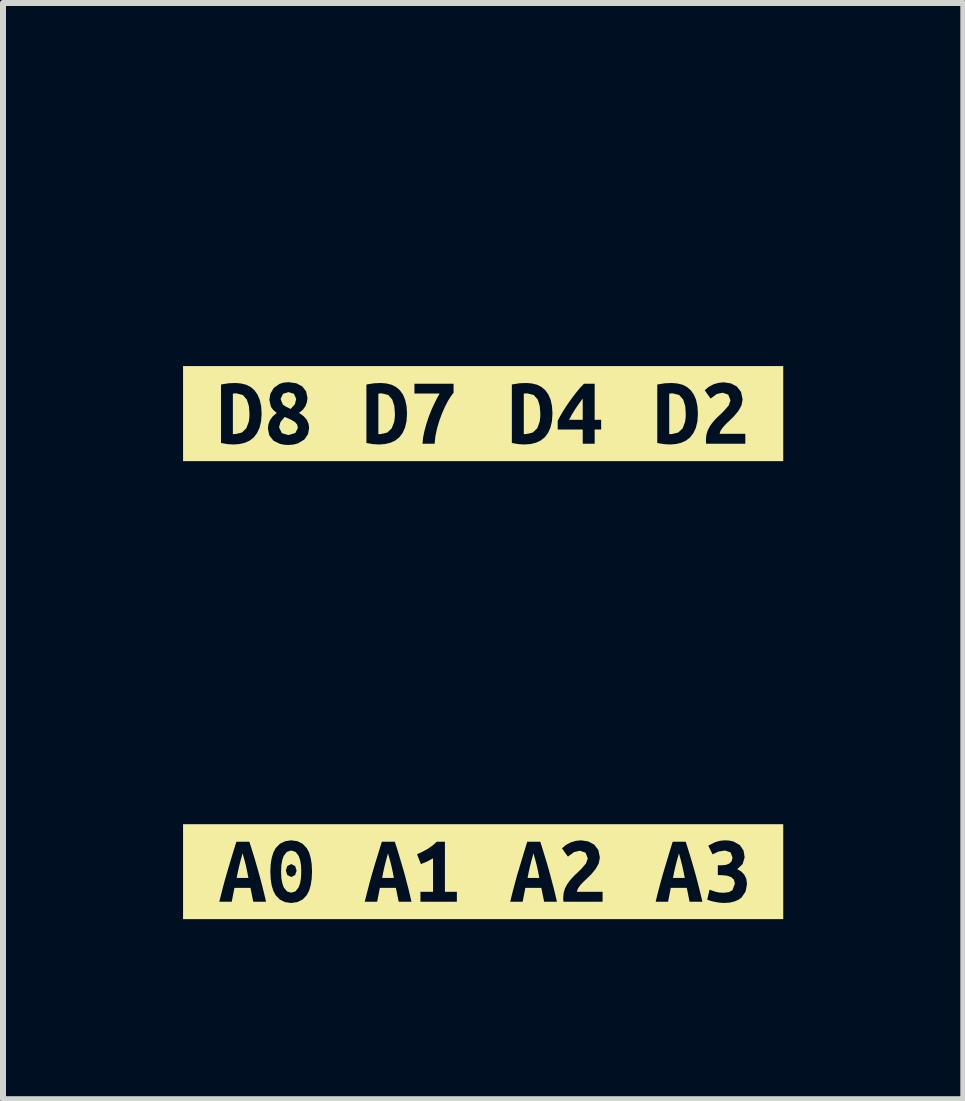
<source format=kicad_pcb>
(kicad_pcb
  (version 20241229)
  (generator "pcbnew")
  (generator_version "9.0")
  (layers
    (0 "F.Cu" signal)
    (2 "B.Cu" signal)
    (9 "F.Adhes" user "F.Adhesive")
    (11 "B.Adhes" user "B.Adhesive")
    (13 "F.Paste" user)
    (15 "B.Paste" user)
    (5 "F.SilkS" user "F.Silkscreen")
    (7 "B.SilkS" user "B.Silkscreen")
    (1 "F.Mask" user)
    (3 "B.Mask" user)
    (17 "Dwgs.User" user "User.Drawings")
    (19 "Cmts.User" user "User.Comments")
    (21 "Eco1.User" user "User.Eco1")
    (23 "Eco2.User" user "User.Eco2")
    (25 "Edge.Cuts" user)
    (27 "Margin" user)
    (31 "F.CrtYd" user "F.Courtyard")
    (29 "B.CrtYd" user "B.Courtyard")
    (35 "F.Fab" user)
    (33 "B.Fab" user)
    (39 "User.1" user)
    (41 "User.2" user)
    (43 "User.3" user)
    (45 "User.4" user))
  (footprint "kibuzzard-67A2022B"
    (layer "F.Cu")
    (at 5 3.841)
    (property "Reference" "kibuzzard-67A2022B" (at 0 -3.84 0) (layer "F.SilkS") (effects (font (size 0.001 0.001) (thickness 0.15))))
    (attr board_only exclude_from_pos_files exclude_from_bom)
    (fp_poly (pts (xy 1.659 -0.25) (xy 1.599 -0.17) (xy 1.539 -0.082) (xy 1.481 0.011) (xy 1.433 0.103) (xy 1.659 0.103) (xy 1.659 -0.25)) (stroke (width 0) (type solid)) (fill yes) (layer "F.SilkS"))
    (fp_poly (pts (xy -3.244 -0.358) (xy -3.335 -0.329) (xy -3.375 -0.243) (xy -3.338 -0.151) (xy -3.286 -0.115) (xy -3.207 -0.077) (xy -3.136 -0.158) (xy -3.115 -0.245) (xy -3.153 -0.33) (xy -3.244 -0.358)) (stroke (width 0) (type solid)) (fill yes) (layer "F.SilkS"))
    (fp_poly (pts (xy -3.087 0.24) (xy -3.099 0.183) (xy -3.138 0.139) (xy -3.207 0.099) (xy -3.307 0.056) (xy -3.376 0.139) (xy -3.401 0.227) (xy -3.355 0.325) (xy -3.246 0.358) (xy -3.13 0.323) (xy -3.087 0.24)) (stroke (width 0) (type solid)) (fill yes) (layer "F.SilkS"))
    (fp_poly (pts (xy -4.17 0.34) (xy -4.152 0.342) (xy -4.134 0.342) (xy -4.02 0.316) (xy -3.946 0.245) (xy -3.905 0.137) (xy -3.896 0.072) (xy -3.893 0.001) (xy -3.903 -0.125) (xy -3.937 -0.233) (xy -4.003 -0.309) (xy -4.111 -0.337) (xy -4.141 -0.336) (xy -4.17 -0.332) (xy -4.17 0.34)) (stroke (width 0) (type solid)) (fill yes) (layer "F.SilkS"))
    (fp_poly (pts (xy -1.746 0.34) (xy -1.729 0.342) (xy -1.711 0.342) (xy -1.597 0.316) (xy -1.523 0.245) (xy -1.482 0.137) (xy -1.473 0.072) (xy -1.47 0.001) (xy -1.48 -0.125) (xy -1.514 -0.233) (xy -1.58 -0.309) (xy -1.688 -0.337) (xy -1.717 -0.336) (xy -1.746 -0.332) (xy -1.746 0.34)) (stroke (width 0) (type solid)) (fill yes) (layer "F.SilkS"))
    (fp_poly (pts (xy 0.677 0.34) (xy 0.695 0.342) (xy 0.712 0.342) (xy 0.826 0.316) (xy 0.901 0.245) (xy 0.941 0.137) (xy 0.95 0.072) (xy 0.953 0.001) (xy 0.943 -0.125) (xy 0.91 -0.233) (xy 0.843 -0.309) (xy 0.735 -0.337) (xy 0.706 -0.336) (xy 0.677 -0.332) (xy 0.677 0.34)) (stroke (width 0) (type solid)) (fill yes) (layer "F.SilkS"))
    (fp_poly (pts (xy 3.1 0.34) (xy 3.118 0.342) (xy 3.136 0.342) (xy 3.25 0.316) (xy 3.324 0.245) (xy 3.364 0.137) (xy 3.373 0.072) (xy 3.376 0.001) (xy 3.367 -0.125) (xy 3.333 -0.233) (xy 3.267 -0.309) (xy 3.158 -0.337) (xy 3.129 -0.336) (xy 3.1 -0.332) (xy 3.1 0.34)) (stroke (width 0) (type solid)) (fill yes) (layer "F.SilkS"))
    (fp_poly (pts (xy -5 -0.792) (xy -5 -0.792) (xy -5 0.792) (xy -5 0.792) (xy -4.155 0.792) (xy -4.155 0.515) (xy -4.259 0.509) (xy -4.368 0.49) (xy -4.368 -0.485) (xy -4.241 -0.505) (xy -4.129 -0.51) (xy -4.035 -0.502) (xy -3.949 -0.481) (xy -3.874 -0.443) (xy -3.811 -0.389) (xy -3.761 -0.319) (xy -3.723 -0.231) (xy -3.699 -0.125) (xy -3.691 0.001) (xy -3.7 0.129) (xy -3.726 0.237) (xy -3.768 0.326) (xy -3.822 0.397) (xy -3.89 0.45) (xy -3.968 0.486) (xy -4.058 0.507) (xy -4.155 0.515) (xy -4.155 0.792) (xy -3.249 0.792) (xy -3.249 0.523) (xy -3.321 0.518) (xy -3.387 0.504) (xy -3.494 0.451) (xy -3.562 0.365) (xy -3.586 0.251) (xy -3.578 0.178) (xy -3.551 0.108) (xy -3.505 0.045) (xy -3.439 -0.011) (xy -3.499 -0.061) (xy -3.536 -0.114) (xy -3.562 -0.23) (xy -3.545 -0.331) (xy -3.491 -0.426) (xy -3.393 -0.495) (xy -3.324 -0.516) (xy -3.241 -0.523) (xy -3.112 -0.505) (xy -3.012 -0.452) (xy -2.949 -0.368) (xy -2.927 -0.261) (xy -2.936 -0.192) (xy -2.961 -0.124) (xy -3.005 -0.063) (xy -3.068 -0.012) (xy -2.989 0.044) (xy -2.938 0.104) (xy -2.909 0.17) (xy -2.9 0.243) (xy -2.918 0.342) (xy -2.978 0.431) (xy -3.086 0.497) (xy -3.16 0.516) (xy -3.249 0.523) (xy -3.249 0.792) (xy -1.732 0.792) (xy -1.732 0.515) (xy -1.836 0.509) (xy -1.945 0.49) (xy -1.945 -0.485) (xy -1.817 -0.505) (xy -1.706 -0.51) (xy -1.612 -0.502) (xy -1.526 -0.481) (xy -1.451 -0.443) (xy -1.388 -0.389) (xy -1.337 -0.319) (xy -1.3 -0.231) (xy -1.276 -0.125) (xy -1.268 0.001) (xy -1.277 0.129) (xy -1.303 0.237) (xy -1.344 0.326) (xy -1.399 0.397) (xy -1.466 0.45) (xy -1.545 0.486) (xy -1.634 0.507) (xy -1.732 0.515) (xy -1.732 0.792) (xy -1.011 0.792) (xy -1.011 0.502) (xy -1 0.395) (xy -0.977 0.283) (xy -0.945 0.168) (xy -0.907 0.054) (xy -0.864 -0.056) (xy -0.817 -0.16) (xy -0.77 -0.254) (xy -0.725 -0.334) (xy -1.145 -0.334) (xy -1.145 -0.498) (xy -0.493 -0.498) (xy -0.493 -0.348) (xy -0.538 -0.288) (xy -0.588 -0.208) (xy -0.638 -0.111) (xy -0.686 -0.002) (xy -0.729 0.116) (xy -0.767 0.242) (xy -0.795 0.372) (xy -0.809 0.502) (xy -1.011 0.502) (xy -1.011 0.792) (xy 0.691 0.792) (xy 0.691 0.515) (xy 0.587 0.509) (xy 0.478 0.49) (xy 0.478 -0.485) (xy 0.606 -0.505) (xy 0.717 -0.51) (xy 0.812 -0.502) (xy 0.897 -0.481) (xy 0.973 -0.443) (xy 1.036 -0.389) (xy 1.086 -0.319) (xy 1.124 -0.231) (xy 1.147 -0.125) (xy 1.155 0.001) (xy 1.146 0.129) (xy 1.12 0.237) (xy 1.079 0.326) (xy 1.024 0.397) (xy 0.957 0.45) (xy 0.878 0.486) (xy 0.789 0.507) (xy 0.691 0.515) (xy 0.691 0.792) (xy 1.858 0.792) (xy 1.858 0.502) (xy 1.659 0.502) (xy 1.659 0.266) (xy 1.242 0.266) (xy 1.242 0.12) (xy 1.277 0.053) (xy 1.321 -0.023) (xy 1.372 -0.104) (xy 1.428 -0.187) (xy 1.488 -0.27) (xy 1.551 -0.352) (xy 1.616 -0.43) (xy 1.68 -0.498) (xy 1.858 -0.498) (xy 1.858 0.103) (xy 1.966 0.103) (xy 1.966 0.266) (xy 1.858 0.266) (xy 1.858 0.502) (xy 1.858 0.792) (xy 3.115 0.792) (xy 3.115 0.515) (xy 3.011 0.509) (xy 2.901 0.49) (xy 2.901 -0.485) (xy 3.029 -0.505) (xy 3.141 -0.51) (xy 3.235 -0.502) (xy 3.321 -0.481) (xy 3.396 -0.443) (xy 3.459 -0.389) (xy 3.509 -0.319) (xy 3.547 -0.231) (xy 3.57 -0.125) (xy 3.578 0.001) (xy 3.57 0.129) (xy 3.544 0.237) (xy 3.502 0.326) (xy 3.447 0.397) (xy 3.38 0.45) (xy 3.301 0.486) (xy 3.212 0.507) (xy 3.115 0.515) (xy 3.115 0.792) (xy 4.368 0.792) (xy 4.368 0.502) (xy 3.716 0.502) (xy 3.712 0.461) (xy 3.712 0.427) (xy 3.72 0.35) (xy 3.742 0.279) (xy 3.776 0.213) (xy 3.818 0.153) (xy 3.866 0.098) (xy 3.917 0.047) (xy 3.968 -0.001) (xy 4.015 -0.048) (xy 4.091 -0.135) (xy 4.121 -0.221) (xy 4.084 -0.315) (xy 3.99 -0.348) (xy 3.892 -0.326) (xy 3.79 -0.25) (xy 3.691 -0.389) (xy 3.761 -0.447) (xy 3.841 -0.489) (xy 3.925 -0.513) (xy 4.01 -0.521) (xy 4.128 -0.503) (xy 4.228 -0.45) (xy 4.297 -0.36) (xy 4.323 -0.235) (xy 4.304 -0.136) (xy 4.252 -0.043) (xy 4.179 0.044) (xy 4.097 0.125) (xy 4.048 0.171) (xy 3.997 0.226) (xy 3.956 0.284) (xy 3.939 0.337) (xy 4.368 0.337) (xy 4.368 0.502) (xy 4.368 0.792) (xy 5 0.792) (xy 5 0.792) (xy 5 -0.792) (xy 5 -0.792) (xy -5 -0.792)) (stroke (width 0) (type solid)) (fill yes) (layer "F.SilkS")))
  (footprint "kibuzzard-67A20268"
    (layer "F.Cu")
    (at 5 11.473)
    (property "Reference" "kibuzzard-67A20268" (at 0 -3.839 0) (layer "F.SilkS") (effects (font (size 0.001 0.001) (thickness 0.15))))
    (attr board_only exclude_from_pos_files exclude_from_bom)
    (fp_poly (pts (xy -4.008 -0.305) (xy -4.038 -0.198) (xy -4.064 -0.098) (xy -4.086 0.002) (xy -4.107 0.105) (xy -3.911 0.105) (xy -3.931 0.002) (xy -3.952 -0.098) (xy -3.978 -0.198) (xy -4.008 -0.305)) (stroke (width 0) (type solid)) (fill yes) (layer "F.SilkS"))
    (fp_poly (pts (xy -1.585 -0.305) (xy -1.615 -0.198) (xy -1.641 -0.098) (xy -1.663 0.002) (xy -1.683 0.105) (xy -1.488 0.105) (xy -1.507 0.002) (xy -1.529 -0.098) (xy -1.555 -0.198) (xy -1.585 -0.305)) (stroke (width 0) (type solid)) (fill yes) (layer "F.SilkS"))
    (fp_poly (pts (xy 0.838 -0.305) (xy 0.809 -0.198) (xy 0.783 -0.098) (xy 0.76 0.002) (xy 0.74 0.105) (xy 0.935 0.105) (xy 0.916 0.002) (xy 0.894 -0.098) (xy 0.868 -0.198) (xy 0.838 -0.305)) (stroke (width 0) (type solid)) (fill yes) (layer "F.SilkS"))
    (fp_poly (pts (xy 3.262 -0.305) (xy 3.232 -0.198) (xy 3.206 -0.098) (xy 3.183 0.002) (xy 3.163 0.105) (xy 3.359 0.105) (xy 3.339 0.002) (xy 3.317 -0.098) (xy 3.292 -0.198) (xy 3.262 -0.305)) (stroke (width 0) (type solid)) (fill yes) (layer "F.SilkS"))
    (fp_poly (pts (xy -3.031 -0.002) (xy -3.035 -0.107) (xy -3.05 -0.194) (xy -3.074 -0.263) (xy -3.126 -0.33) (xy -3.199 -0.352) (xy -3.27 -0.33) (xy -3.323 -0.263) (xy -3.347 -0.194) (xy -3.362 -0.107) (xy -3.367 -0.002) (xy -3.362 0.104) (xy -3.347 0.192) (xy -3.323 0.261) (xy -3.27 0.328) (xy -3.199 0.351) (xy -3.197 0.35) (xy -3.197 0.089) (xy -3.263 0.057) (xy -3.288 -0.018) (xy -3.263 -0.094) (xy -3.197 -0.126) (xy -3.133 -0.094) (xy -3.108 -0.018) (xy -3.133 0.057) (xy -3.197 0.089) (xy -3.197 0.35) (xy -3.126 0.328) (xy -3.074 0.261) (xy -3.05 0.192) (xy -3.035 0.104) (xy -3.031 -0.002)) (stroke (width 0) (type solid)) (fill yes) (layer "F.SilkS"))
    (fp_poly (pts (xy -5 -0.791) (xy -5 -0.791) (xy -5 0.791) (xy -5 0.791) (xy -3.83 0.791) (xy -3.83 0.501) (xy -3.877 0.27) (xy -4.144 0.27) (xy -4.189 0.501) (xy -4.396 0.501) (xy -4.367 0.385) (xy -4.339 0.273) (xy -4.31 0.165) (xy -4.281 0.061) (xy -4.252 -0.038) (xy -4.216 -0.158) (xy -4.181 -0.275) (xy -4.146 -0.389) (xy -4.111 -0.499) (xy -3.895 -0.499) (xy -3.86 -0.388) (xy -3.824 -0.273) (xy -3.789 -0.155) (xy -3.754 -0.033) (xy -3.726 0.067) (xy -3.698 0.171) (xy -3.671 0.277) (xy -3.644 0.387) (xy -3.617 0.501) (xy -3.83 0.501) (xy -3.83 0.791) (xy -3.199 0.791) (xy -3.199 0.522) (xy -3.303 0.507) (xy -3.389 0.464) (xy -3.457 0.393) (xy -3.496 0.319) (xy -3.524 0.229) (xy -3.54 0.122) (xy -3.546 -0.002) (xy -3.54 -0.124) (xy -3.523 -0.23) (xy -3.495 -0.32) (xy -3.456 -0.393) (xy -3.387 -0.464) (xy -3.301 -0.507) (xy -3.199 -0.522) (xy -3.095 -0.508) (xy -3.008 -0.465) (xy -2.94 -0.393) (xy -2.901 -0.321) (xy -2.874 -0.231) (xy -2.857 -0.125) (xy -2.851 -0.002) (xy -2.857 0.122) (xy -2.874 0.229) (xy -2.901 0.319) (xy -2.94 0.393) (xy -3.008 0.464) (xy -3.095 0.507) (xy -3.199 0.522) (xy -3.199 0.791) (xy -1.407 0.791) (xy -1.407 0.501) (xy -1.454 0.27) (xy -1.721 0.27) (xy -1.766 0.501) (xy -1.973 0.501) (xy -1.944 0.385) (xy -1.915 0.273) (xy -1.887 0.165) (xy -1.858 0.061) (xy -1.829 -0.038) (xy -1.793 -0.158) (xy -1.757 -0.275) (xy -1.722 -0.389) (xy -1.688 -0.499) (xy -1.472 -0.499) (xy -1.436 -0.388) (xy -1.401 -0.273) (xy -1.366 -0.155) (xy -1.33 -0.033) (xy -1.302 0.067) (xy -1.275 0.171) (xy -1.247 0.277) (xy -1.221 0.387) (xy -1.194 0.501) (xy -1.407 0.501) (xy -1.407 0.791) (xy -0.438 0.791) (xy -0.438 0.501) (xy -1.045 0.501) (xy -1.045 0.336) (xy -0.835 0.336) (xy -0.835 -0.223) (xy -0.939 -0.166) (xy -1.037 -0.126) (xy -1.102 -0.291) (xy -1.018 -0.328) (xy -0.927 -0.378) (xy -0.842 -0.436) (xy -0.772 -0.499) (xy -0.637 -0.499) (xy -0.637 0.336) (xy -0.438 0.336) (xy -0.438 0.501) (xy -0.438 0.791) (xy 1.016 0.791) (xy 1.016 0.501) (xy 0.969 0.27) (xy 0.703 0.27) (xy 0.658 0.501) (xy 0.451 0.501) (xy 0.479 0.385) (xy 0.508 0.273) (xy 0.537 0.165) (xy 0.565 0.061) (xy 0.595 -0.038) (xy 0.631 -0.158) (xy 0.666 -0.275) (xy 0.701 -0.389) (xy 0.735 -0.499) (xy 0.952 -0.499) (xy 0.987 -0.388) (xy 1.022 -0.273) (xy 1.058 -0.155) (xy 1.093 -0.033) (xy 1.121 0.067) (xy 1.148 0.171) (xy 1.176 0.277) (xy 1.203 0.387) (xy 1.229 0.501) (xy 1.016 0.501) (xy 1.016 0.791) (xy 1.99 0.791) (xy 1.99 0.501) (xy 1.338 0.501) (xy 1.334 0.46) (xy 1.334 0.426) (xy 1.342 0.349) (xy 1.364 0.278) (xy 1.398 0.213) (xy 1.44 0.153) (xy 1.488 0.097) (xy 1.539 0.046) (xy 1.59 -0.002) (xy 1.637 -0.048) (xy 1.713 -0.136) (xy 1.743 -0.221) (xy 1.706 -0.316) (xy 1.612 -0.349) (xy 1.514 -0.326) (xy 1.412 -0.25) (xy 1.313 -0.389) (xy 1.383 -0.448) (xy 1.463 -0.489) (xy 1.547 -0.514) (xy 1.632 -0.522) (xy 1.75 -0.504) (xy 1.85 -0.451) (xy 1.919 -0.361) (xy 1.945 -0.236) (xy 1.926 -0.137) (xy 1.874 -0.044) (xy 1.801 0.044) (xy 1.719 0.124) (xy 1.67 0.17) (xy 1.619 0.225) (xy 1.578 0.283) (xy 1.561 0.336) (xy 1.99 0.336) (xy 1.99 0.501) (xy 1.99 0.791) (xy 3.439 0.791) (xy 3.439 0.501) (xy 3.393 0.27) (xy 3.126 0.27) (xy 3.081 0.501) (xy 2.874 0.501) (xy 2.902 0.385) (xy 2.931 0.273) (xy 2.96 0.165) (xy 2.989 0.061) (xy 3.018 -0.038) (xy 3.054 -0.158) (xy 3.089 -0.275) (xy 3.124 -0.389) (xy 3.158 -0.499) (xy 3.375 -0.499) (xy 3.41 -0.388) (xy 3.446 -0.273) (xy 3.481 -0.155) (xy 3.516 -0.033) (xy 3.544 0.067) (xy 3.572 0.171) (xy 3.599 0.277) (xy 3.626 0.387) (xy 3.653 0.501) (xy 3.439 0.501) (xy 3.439 0.791) (xy 4.011 0.791) (xy 4.011 0.522) (xy 3.933 0.516) (xy 3.854 0.502) (xy 3.784 0.485) (xy 3.733 0.467) (xy 3.772 0.3) (xy 3.868 0.334) (xy 3.933 0.348) (xy 4.01 0.352) (xy 4.096 0.341) (xy 4.153 0.309) (xy 4.194 0.2) (xy 4.178 0.133) (xy 4.131 0.09) (xy 4.059 0.066) (xy 3.971 0.058) (xy 3.91 0.058) (xy 3.91 -0.107) (xy 3.984 -0.107) (xy 4.045 -0.113) (xy 4.1 -0.134) (xy 4.14 -0.173) (xy 4.155 -0.234) (xy 4.122 -0.321) (xy 4.031 -0.352) (xy 3.918 -0.334) (xy 3.822 -0.288) (xy 3.751 -0.433) (xy 3.867 -0.492) (xy 3.943 -0.514) (xy 4.029 -0.522) (xy 4.108 -0.517) (xy 4.175 -0.501) (xy 4.278 -0.442) (xy 4.338 -0.352) (xy 4.357 -0.241) (xy 4.323 -0.126) (xy 4.233 -0.042) (xy 4.301 -0.002) (xy 4.353 0.053) (xy 4.385 0.122) (xy 4.396 0.204) (xy 4.373 0.331) (xy 4.304 0.432) (xy 4.25 0.47) (xy 4.184 0.498) (xy 4.105 0.516) (xy 4.011 0.522) (xy 4.011 0.791) (xy 5 0.791) (xy 5 0.791) (xy 5 -0.791) (xy 5 -0.791) (xy -5 -0.791)) (stroke (width 0) (type solid)) (fill yes) (layer "F.SilkS")))
  (gr_rect
    (start -3 -3)
    (end 13 15.264)
    (stroke (width 0.1) (type default))
    (fill no)
    (layer "Edge.Cuts")))
</source>
